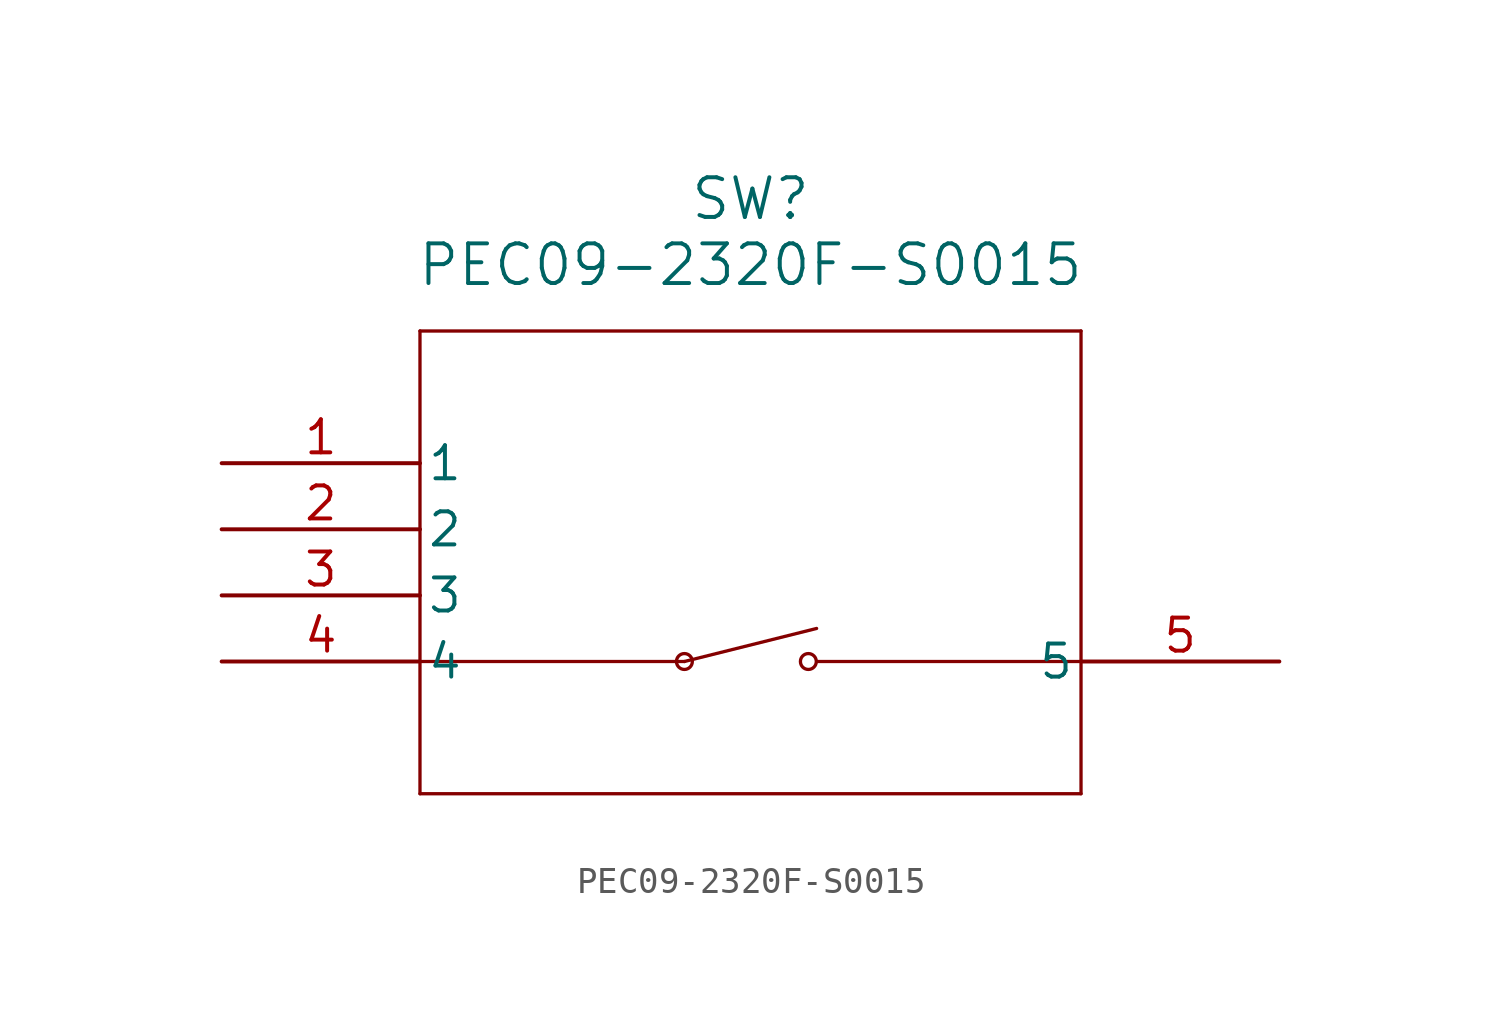
<source format=kicad_sym>
(kicad_symbol_lib
  (version 20211014)
  (generator kicad_symbol_editor)
  (symbol "PEC09-2320F-S0015"
    (pin_names
      (offset 0.254))
    (property "Reference" "SW"
      (at 20.32 10.16 0)
      (effects (font (size 1.524 1.524))))
    (property "Value" "PEC09-2320F-S0015"
      (at 20.32 7.62 0)
      (effects (font (size 1.524 1.524))))
    (symbol "PEC09-2320F-S0015_0_1"
      (polyline (pts (xy 7.62 5.08) (xy 7.62 -12.7)) (stroke (width 0.127) (type default) (color 0 0 0 0)) (fill (type none)))
      (polyline (pts (xy 7.62 -12.7) (xy 33.02 -12.7)) (stroke (width 0.127) (type default) (color 0 0 0 0)) (fill (type none)))
      (polyline (pts (xy 33.02 -12.7) (xy 33.02 5.08)) (stroke (width 0.127) (type default) (color 0 0 0 0)) (fill (type none)))
      (polyline (pts (xy 33.02 5.08) (xy 7.62 5.08)) (stroke (width 0.127) (type default) (color 0 0 0 0)) (fill (type none)))
      (polyline (pts (xy 7.62 -7.62) (xy 17.78 -7.62)) (stroke (width 0.127) (type default) (color 0 0 0 0)) (fill (type none)))
      (polyline (pts (xy 22.86 -7.62) (xy 33.02 -7.62)) (stroke (width 0.127) (type default) (color 0 0 0 0)) (fill (type none)))
      (circle (center 17.78 -7.62) (radius 0.305) (stroke (width 0.127) (type default) (color 0 0 0 0)) (fill (type none)))
      (circle (center 22.543 -7.62) (radius 0.305) (stroke (width 0.127) (type default) (color 0 0 0 0)) (fill (type none)))
      (polyline (pts (xy 17.78 -7.62) (xy 22.86 -6.35)) (stroke (width 0.127) (type default) (color 0 0 0 0)) (fill (type none)))
      (pin unspecified line (at 0 0 0) (length 7.62) (name "1" (effects (font (size 1.27 1.27)))) (number "1" (effects (font (size 1.27 1.27)))))
      (pin unspecified line (at 0 -2.54 0) (length 7.62) (name "2" (effects (font (size 1.27 1.27)))) (number "2" (effects (font (size 1.27 1.27)))))
      (pin unspecified line (at 0 -7.62 0) (length 7.62) (name "4" (effects (font (size 1.27 1.27)))) (number "4" (effects (font (size 1.27 1.27)))))
      (pin unspecified line (at 0 -5.08 0) (length 7.62) (name "3" (effects (font (size 1.27 1.27)))) (number "3" (effects (font (size 1.27 1.27)))))
      (pin unspecified line (at 40.64 -7.62 180) (length 7.62) (name "5" (effects (font (size 1.27 1.27)))) (number "5" (effects (font (size 1.27 1.27))))))))
</source>
